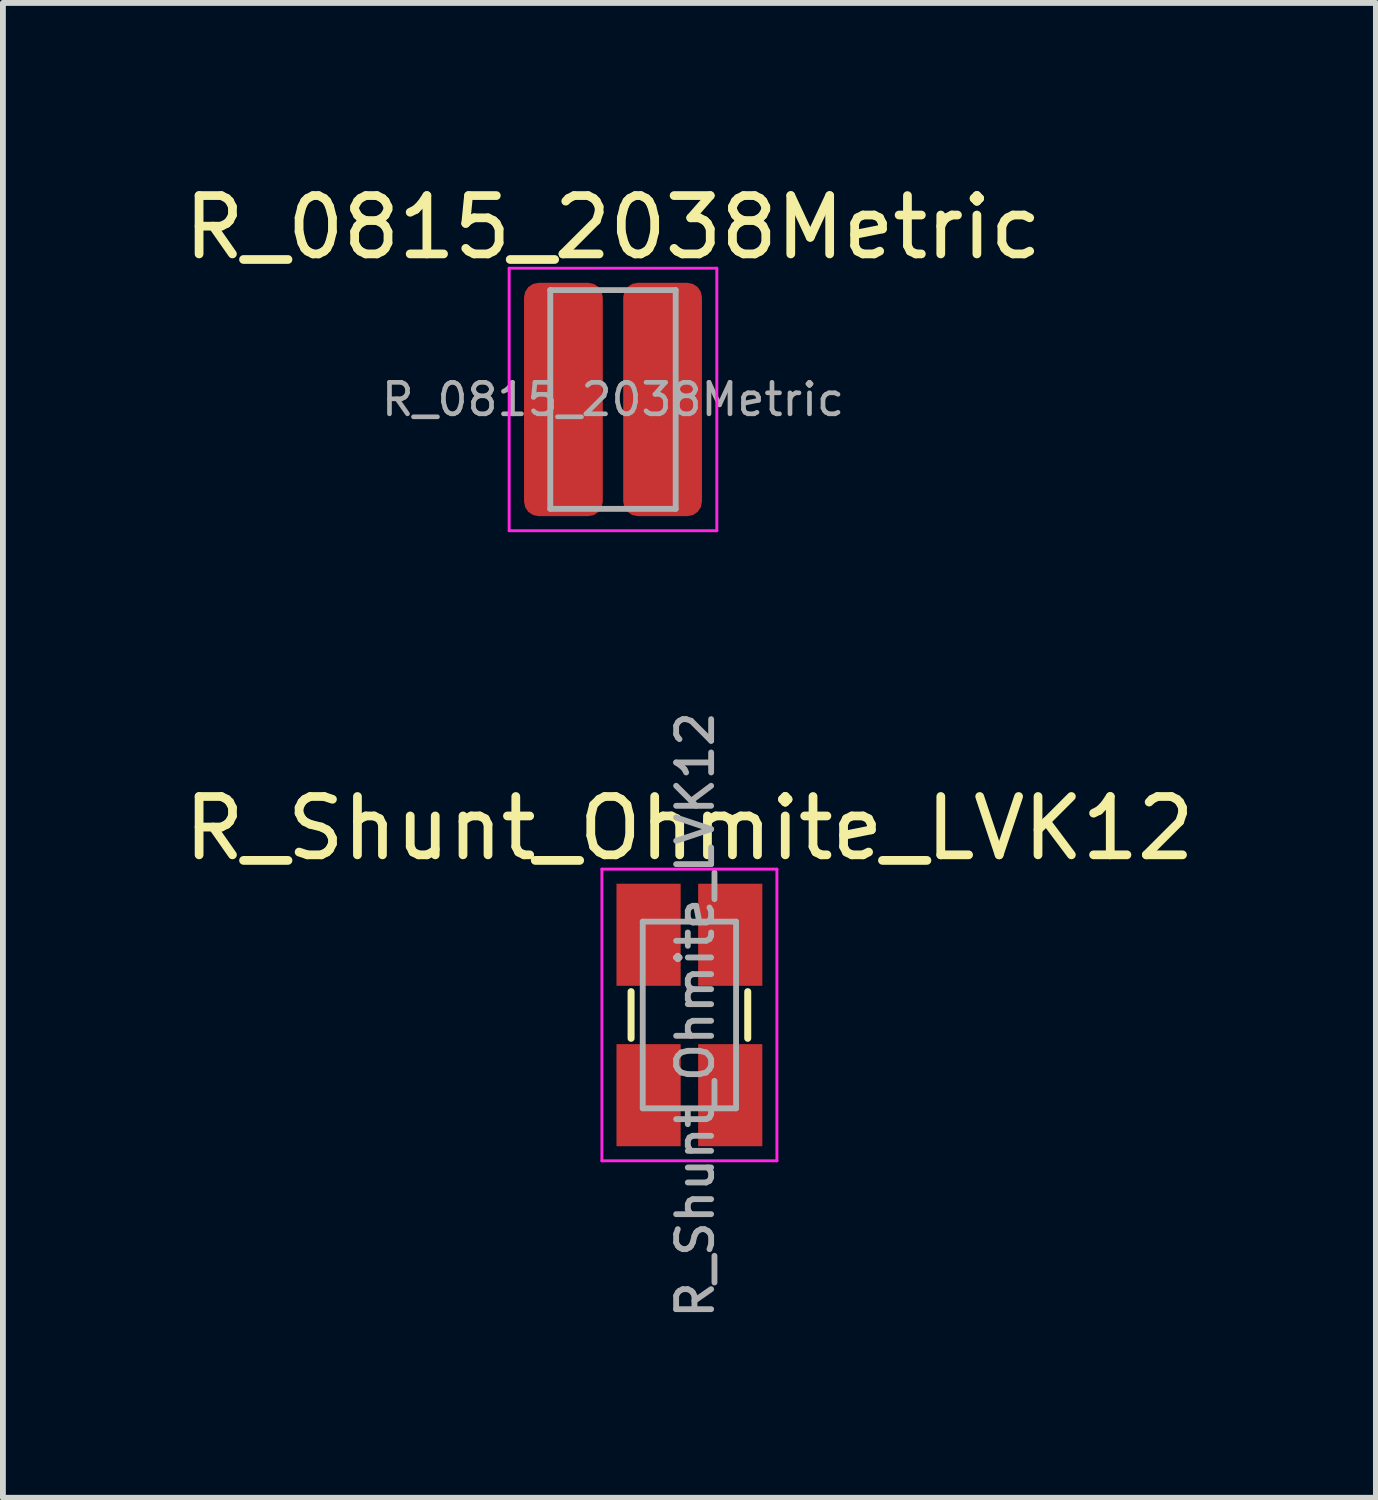
<source format=kicad_pcb>
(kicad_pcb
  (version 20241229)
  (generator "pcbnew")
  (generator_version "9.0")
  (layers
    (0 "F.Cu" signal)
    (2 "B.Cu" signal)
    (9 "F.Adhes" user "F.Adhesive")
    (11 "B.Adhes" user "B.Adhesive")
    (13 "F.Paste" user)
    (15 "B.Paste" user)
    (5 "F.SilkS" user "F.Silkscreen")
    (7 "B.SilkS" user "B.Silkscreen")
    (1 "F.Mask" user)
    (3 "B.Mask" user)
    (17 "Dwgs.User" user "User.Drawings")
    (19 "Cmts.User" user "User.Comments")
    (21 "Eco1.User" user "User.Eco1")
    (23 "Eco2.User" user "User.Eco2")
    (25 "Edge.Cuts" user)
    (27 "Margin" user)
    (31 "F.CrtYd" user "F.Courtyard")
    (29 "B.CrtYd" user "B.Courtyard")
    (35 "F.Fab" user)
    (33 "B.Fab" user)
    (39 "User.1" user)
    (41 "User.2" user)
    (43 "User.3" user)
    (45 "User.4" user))
  (footprint "R_0815_2038Metric"
    (layer "F.Cu")
    (at 7.458 3.798)
    (property "Reference" "R_0815_2038Metric" (at 0 -2.95 0) (layer "F.SilkS") (effects (font (size 1 1) (thickness 0.15))))
    (attr smd)
    (fp_line (start -1.78 -2.25) (end 1.78 -2.25) (stroke (width 0.05) (type solid)) (layer "F.CrtYd"))
    (fp_line (start -1.78 2.25) (end -1.78 -2.25) (stroke (width 0.05) (type solid)) (layer "F.CrtYd"))
    (fp_line (start 1.78 -2.25) (end 1.78 2.25) (stroke (width 0.05) (type solid)) (layer "F.CrtYd"))
    (fp_line (start 1.78 2.25) (end -1.78 2.25) (stroke (width 0.05) (type solid)) (layer "F.CrtYd"))
    (fp_line (start -1.075 -1.875) (end 1.075 -1.875) (stroke (width 0.1) (type solid)) (layer "F.Fab"))
    (fp_line (start -1.075 1.875) (end -1.075 -1.875) (stroke (width 0.1) (type solid)) (layer "F.Fab"))
    (fp_line (start 1.075 -1.875) (end 1.075 1.875) (stroke (width 0.1) (type solid)) (layer "F.Fab"))
    (fp_line (start 1.075 1.875) (end -1.075 1.875) (stroke (width 0.1) (type solid)) (layer "F.Fab"))
    (fp_text user "${REFERENCE}" (at 0 0 0) (layer "F.Fab") (effects (font (size 0.54 0.54) (thickness 0.08))))
    (pad "1" smd roundrect (at -0.85 0) (size 1.35 4) (layers "F.Cu" "F.Mask" "F.Paste") (roundrect_rratio 0.185))
    (pad "2" smd roundrect (at 0.85 0) (size 1.35 4) (layers "F.Cu" "F.Mask" "F.Paste") (roundrect_rratio 0.185)))
  (footprint "R_Shunt_Ohmite_LVK12"
    (layer "F.Cu")
    (at 8.768 14.349)
    (property "Reference" "R_Shunt_Ohmite_LVK12" (at 0 -3.2 180) (layer "F.SilkS") (effects (font (size 1 1) (thickness 0.15))))
    (attr smd)
    (fp_line (start -1 0.4) (end -1 -0.4) (stroke (width 0.12) (type solid)) (layer "F.SilkS"))
    (fp_line (start 1 -0.4) (end 1 0.4) (stroke (width 0.12) (type solid)) (layer "F.SilkS"))
    (fp_line (start -1.5 -2.5) (end 1.5 -2.5) (stroke (width 0.05) (type solid)) (layer "F.CrtYd"))
    (fp_line (start -1.5 2.5) (end -1.5 -2.5) (stroke (width 0.05) (type solid)) (layer "F.CrtYd"))
    (fp_line (start 1.5 -2.5) (end 1.5 2.5) (stroke (width 0.05) (type solid)) (layer "F.CrtYd"))
    (fp_line (start 1.5 2.5) (end -1.5 2.5) (stroke (width 0.05) (type solid)) (layer "F.CrtYd"))
    (fp_line (start -0.8 -1.6) (end -0.8 1.6) (stroke (width 0.1) (type solid)) (layer "F.Fab"))
    (fp_line (start -0.8 1.6) (end 0.8 1.6) (stroke (width 0.1) (type solid)) (layer "F.Fab"))
    (fp_line (start 0.8 -1.6) (end -0.8 -1.6) (stroke (width 0.1) (type solid)) (layer "F.Fab"))
    (fp_line (start 0.8 1.6) (end 0.8 -1.6) (stroke (width 0.1) (type solid)) (layer "F.Fab"))
    (fp_text user "${REFERENCE}" (at 0.1 0 90) (layer "F.Fab") (effects (font (size 0.6 0.6) (thickness 0.1))))
    (pad "1" smd rect (at -0.7 -1.375) (size 1.1 1.75) (layers "F.Cu" "F.Mask" "F.Paste"))
    (pad "2" smd rect (at 0.7 -1.375) (size 1.1 1.75) (layers "F.Cu" "F.Mask" "F.Paste"))
    (pad "3" smd rect (at -0.7 1.375) (size 1.1 1.75) (layers "F.Cu" "F.Mask" "F.Paste"))
    (pad "4" smd rect (at 0.7 1.375) (size 1.1 1.75) (layers "F.Cu" "F.Mask" "F.Paste")))
  (gr_rect
    (start -3 -3)
    (end 20.536 22.625)
    (stroke (width 0.1) (type default))
    (fill no)
    (layer "Edge.Cuts")))
</source>
